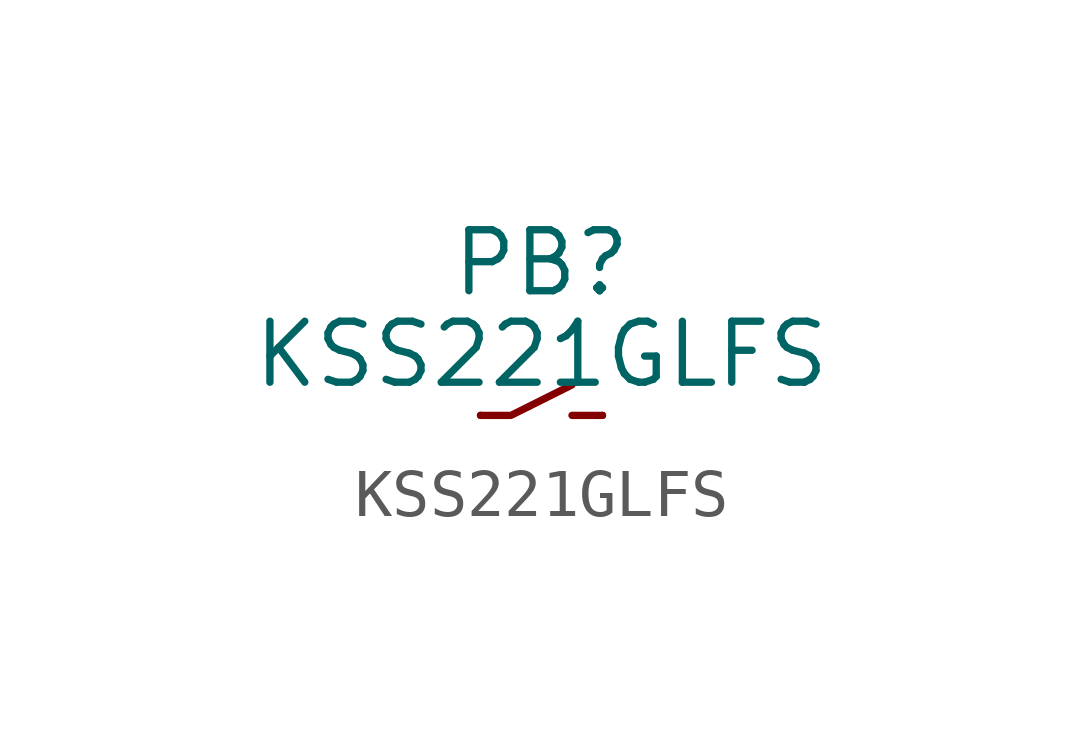
<source format=kicad_sym>
(kicad_symbol_lib
  (version 20220914)
  (generator kicad_symbol_editor)
  (symbol "KSS221GLFS"
    (pin_numbers hide)
    (pin_names
      (offset 1.016) hide)
    (property "Reference" "PB"
      (at -1.27 3.175 0)
      (effects (font (size 1.27 1.27))))
    (property "Value" "KSS221GLFS"
      (at -1.27 1.27 0)
      (effects (font (size 1.27 1.27))))
    (property "Datasheet" ""
      (at -1.27 3.175 0)
      (effects (font (size 1.524 1.524))))
    (symbol "KSS221GLFS_0_1"
      (polyline (pts (xy -0.635 0) (xy 0 0)) (stroke (width 0) (type solid)) (fill (type none)))
      (polyline (pts (xy -2.54 0) (xy -1.905 0) (xy -0.635 0.635)) (stroke (width 0) (type solid)) (fill (type none))))
    (symbol "KSS221GLFS_1_1"
      (pin passive line (at 0 0 180) (length 0) (name "1" (effects (font (size 1.27 1.27)))) (number "1" (effects (font (size 1.27 1.27)))))
      (pin passive line (at -2.54 0 0) (length 0) (name "2" (effects (font (size 1.27 1.27)))) (number "2" (effects (font (size 1.27 1.27))))))))
</source>
